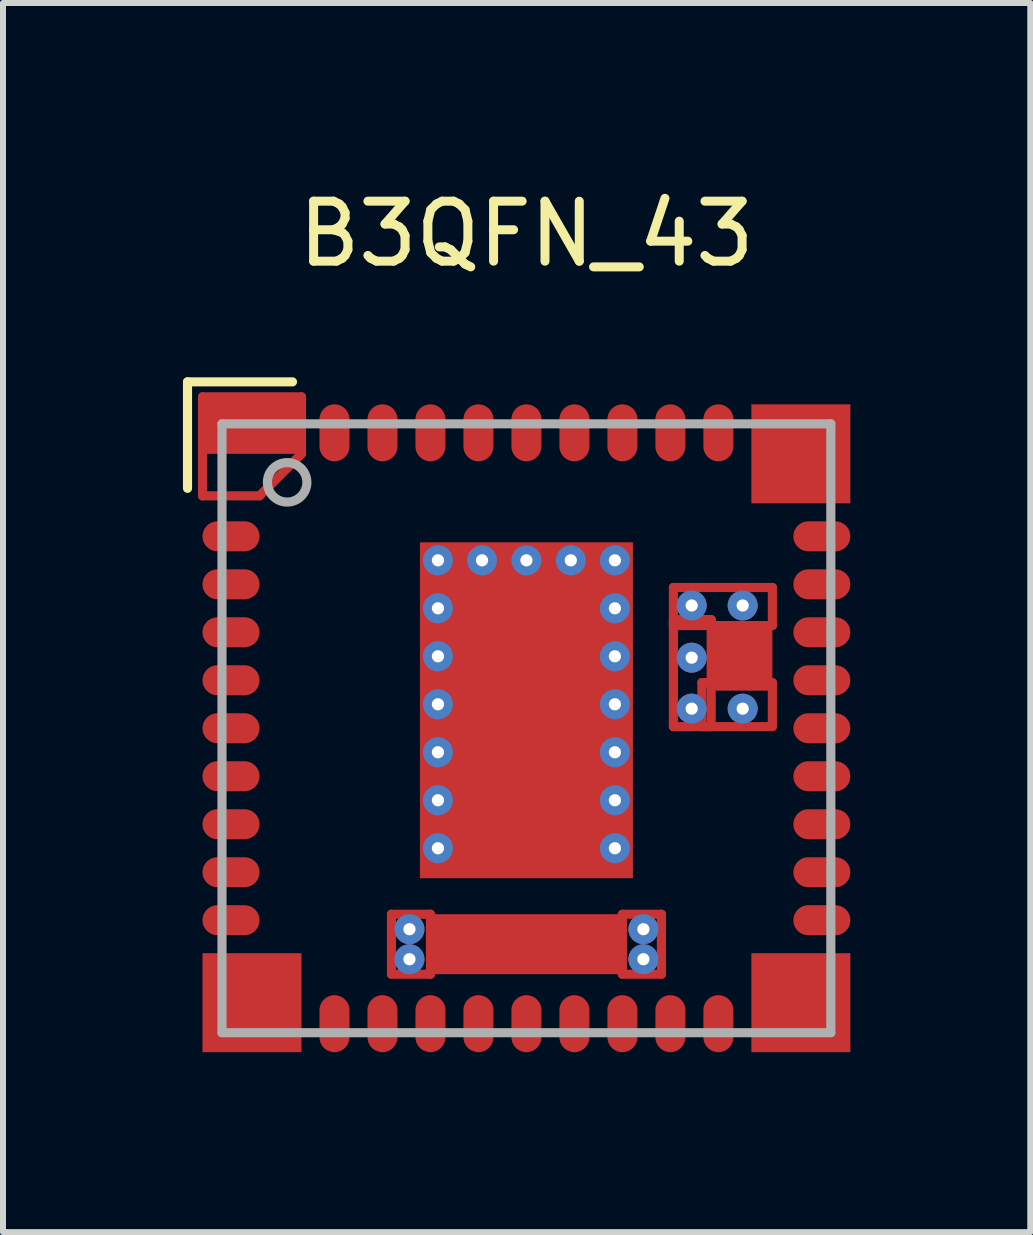
<source format=kicad_pcb>
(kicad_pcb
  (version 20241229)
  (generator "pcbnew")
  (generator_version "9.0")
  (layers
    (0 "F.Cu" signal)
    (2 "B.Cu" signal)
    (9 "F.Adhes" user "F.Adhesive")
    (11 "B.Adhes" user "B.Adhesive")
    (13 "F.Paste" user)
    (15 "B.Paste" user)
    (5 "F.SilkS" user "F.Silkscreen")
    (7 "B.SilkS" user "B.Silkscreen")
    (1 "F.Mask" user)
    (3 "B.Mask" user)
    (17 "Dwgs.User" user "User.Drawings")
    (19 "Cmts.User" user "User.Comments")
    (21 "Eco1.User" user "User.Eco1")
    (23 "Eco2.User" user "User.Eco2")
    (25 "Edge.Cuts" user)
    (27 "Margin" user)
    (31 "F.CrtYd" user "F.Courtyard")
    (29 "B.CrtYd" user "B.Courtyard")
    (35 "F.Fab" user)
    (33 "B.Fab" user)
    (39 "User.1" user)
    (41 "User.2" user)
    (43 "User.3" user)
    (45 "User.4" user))
  (footprint "B3QFN_43"
    (layer "F.Cu")
    (at 5.726 9.091)
    (property "Reference" "B3QFN_43" (at 0 -8.242 0) (layer "F.SilkS") (effects (font (size 1 1) (thickness 0.15))))
    (attr through_hole)
    (fp_line (start -5.4 -5.525) (end -3.75 -5.525) (stroke (width 0.152) (type solid)) (layer "F.Cu"))
    (fp_line (start -5.4 -3.875) (end -5.4 -5.525) (stroke (width 0.152) (type solid)) (layer "F.Cu"))
    (fp_line (start -4.45 -3.875) (end -5.4 -3.875) (stroke (width 0.152) (type solid)) (layer "F.Cu"))
    (fp_line (start -3.75 -5.525) (end -3.75 -4.575) (stroke (width 0.152) (type solid)) (layer "F.Cu"))
    (fp_line (start -3.75 -4.575) (end -4.45 -3.875) (stroke (width 0.152) (type solid)) (layer "F.Cu"))
    (fp_line (start -2.25 3.1) (end -2.25 4.1) (stroke (width 0.152) (type solid)) (layer "F.Cu"))
    (fp_line (start -2.25 4.1) (end -1.6 4.1) (stroke (width 0.152) (type solid)) (layer "F.Cu"))
    (fp_line (start -1.6 3.1) (end -2.25 3.1) (stroke (width 0.152) (type solid)) (layer "F.Cu"))
    (fp_line (start -1.6 4.1) (end -1.6 3.1) (stroke (width 0.152) (type solid)) (layer "F.Cu"))
    (fp_line (start 1.6 3.1) (end 1.6 4.1) (stroke (width 0.152) (type solid)) (layer "F.Cu"))
    (fp_line (start 1.6 4.1) (end 2.25 4.1) (stroke (width 0.152) (type solid)) (layer "F.Cu"))
    (fp_line (start 2.25 3.1) (end 1.6 3.1) (stroke (width 0.152) (type solid)) (layer "F.Cu"))
    (fp_line (start 2.25 4.1) (end 2.25 3.1) (stroke (width 0.152) (type solid)) (layer "F.Cu"))
    (fp_line (start 2.45 -2.347) (end 2.45 -1.712) (stroke (width 0.152) (type solid)) (layer "F.Cu"))
    (fp_line (start 2.45 -1.812) (end 2.45 -0.027) (stroke (width 0.152) (type solid)) (layer "F.Cu"))
    (fp_line (start 2.45 -1.712) (end 4.1 -1.712) (stroke (width 0.152) (type solid)) (layer "F.Cu"))
    (fp_line (start 2.45 -0.027) (end 3.08 -0.027) (stroke (width 0.152) (type solid)) (layer "F.Cu"))
    (fp_line (start 2.925 -0.762) (end 2.925 -0.027) (stroke (width 0.152) (type solid)) (layer "F.Cu"))
    (fp_line (start 2.925 -0.027) (end 4.1 -0.027) (stroke (width 0.152) (type solid)) (layer "F.Cu"))
    (fp_line (start 3.08 -1.812) (end 2.45 -1.812) (stroke (width 0.152) (type solid)) (layer "F.Cu"))
    (fp_line (start 3.08 -0.027) (end 3.08 -1.812) (stroke (width 0.152) (type solid)) (layer "F.Cu"))
    (fp_line (start 4.1 -2.347) (end 2.45 -2.347) (stroke (width 0.152) (type solid)) (layer "F.Cu"))
    (fp_line (start 4.1 -1.712) (end 4.1 -2.347) (stroke (width 0.152) (type solid)) (layer "F.Cu"))
    (fp_line (start 4.1 -0.762) (end 2.925 -0.762) (stroke (width 0.152) (type solid)) (layer "F.Cu"))
    (fp_line (start 4.1 -0.027) (end 4.1 -0.762) (stroke (width 0.152) (type solid)) (layer "F.Cu"))
    (fp_line (start -1.175 -2.5) (end -1.175 2.5) (stroke (width 0.152) (type solid)) (layer "F.Mask"))
    (fp_line (start -1.175 2.5) (end 1.175 2.5) (stroke (width 0.152) (type solid)) (layer "F.Mask"))
    (fp_line (start 1.175 -2.5) (end -1.175 -2.5) (stroke (width 0.152) (type solid)) (layer "F.Mask"))
    (fp_line (start 1.175 2.5) (end 1.175 -2.5) (stroke (width 0.152) (type solid)) (layer "F.Mask"))
    (fp_line (start -5.65 -5.775) (end -3.9 -5.775) (stroke (width 0.152) (type solid)) (layer "F.SilkS"))
    (fp_line (start -5.65 -4) (end -5.65 -5.775) (stroke (width 0.152) (type solid)) (layer "F.SilkS"))
    (fp_line (start -5.175 -5.175) (end -5.175 -5.175) (stroke (width 0.152) (type solid)) (layer "F.Paste"))
    (fp_line (start -5.175 -5.175) (end -5.175 -3.975) (stroke (width 0.152) (type solid)) (layer "F.Paste"))
    (fp_line (start -5.175 -3.975) (end -4.685 -3.975) (stroke (width 0.152) (type solid)) (layer "F.Paste"))
    (fp_line (start -4.685 -3.975) (end -3.975 -4.685) (stroke (width 0.152) (type solid)) (layer "F.Paste"))
    (fp_line (start -3.975 -5.175) (end -5.175 -5.175) (stroke (width 0.152) (type solid)) (layer "F.Paste"))
    (fp_line (start -3.975 -4.685) (end -3.975 -5.175) (stroke (width 0.152) (type solid)) (layer "F.Paste"))
    (fp_line (start -1.6 3.13) (end -1.6 4.06) (stroke (width 0.152) (type solid)) (layer "F.Paste"))
    (fp_line (start -1.6 4.06) (end -1.2 4.06) (stroke (width 0.152) (type solid)) (layer "F.Paste"))
    (fp_line (start -1.2 3.13) (end -1.6 3.13) (stroke (width 0.152) (type solid)) (layer "F.Paste"))
    (fp_line (start -1.2 4.06) (end -1.2 3.13) (stroke (width 0.152) (type solid)) (layer "F.Paste"))
    (fp_line (start -1.13 -2.46) (end -1.13 -1.89) (stroke (width 0.152) (type solid)) (layer "F.Paste"))
    (fp_line (start -1.13 -1.89) (end -0.15 -1.89) (stroke (width 0.152) (type solid)) (layer "F.Paste"))
    (fp_line (start -1.13 -1.59) (end -1.13 -1.02) (stroke (width 0.152) (type solid)) (layer "F.Paste"))
    (fp_line (start -1.13 -1.02) (end -0.15 -1.02) (stroke (width 0.152) (type solid)) (layer "F.Paste"))
    (fp_line (start -1.13 -0.72) (end -1.13 -0.15) (stroke (width 0.152) (type solid)) (layer "F.Paste"))
    (fp_line (start -1.13 -0.15) (end -0.15 -0.15) (stroke (width 0.152) (type solid)) (layer "F.Paste"))
    (fp_line (start -1.13 0.15) (end -1.13 0.72) (stroke (width 0.152) (type solid)) (layer "F.Paste"))
    (fp_line (start -1.13 0.72) (end -0.15 0.72) (stroke (width 0.152) (type solid)) (layer "F.Paste"))
    (fp_line (start -1.13 1.02) (end -1.13 1.59) (stroke (width 0.152) (type solid)) (layer "F.Paste"))
    (fp_line (start -1.13 1.59) (end -0.15 1.59) (stroke (width 0.152) (type solid)) (layer "F.Paste"))
    (fp_line (start -1.13 1.89) (end -1.13 2.46) (stroke (width 0.152) (type solid)) (layer "F.Paste"))
    (fp_line (start -1.13 2.46) (end -0.15 2.46) (stroke (width 0.152) (type solid)) (layer "F.Paste"))
    (fp_line (start -0.9 3.13) (end -0.9 4.06) (stroke (width 0.152) (type solid)) (layer "F.Paste"))
    (fp_line (start -0.9 4.06) (end -0.5 4.06) (stroke (width 0.152) (type solid)) (layer "F.Paste"))
    (fp_line (start -0.5 3.13) (end -0.9 3.13) (stroke (width 0.152) (type solid)) (layer "F.Paste"))
    (fp_line (start -0.5 4.06) (end -0.5 3.13) (stroke (width 0.152) (type solid)) (layer "F.Paste"))
    (fp_line (start -0.2 3.13) (end -0.2 4.06) (stroke (width 0.152) (type solid)) (layer "F.Paste"))
    (fp_line (start -0.2 4.06) (end 0.2 4.06) (stroke (width 0.152) (type solid)) (layer "F.Paste"))
    (fp_line (start -0.15 -2.46) (end -1.13 -2.46) (stroke (width 0.152) (type solid)) (layer "F.Paste"))
    (fp_line (start -0.15 -1.89) (end -0.15 -2.46) (stroke (width 0.152) (type solid)) (layer "F.Paste"))
    (fp_line (start -0.15 -1.59) (end -1.13 -1.59) (stroke (width 0.152) (type solid)) (layer "F.Paste"))
    (fp_line (start -0.15 -1.02) (end -0.15 -1.59) (stroke (width 0.152) (type solid)) (layer "F.Paste"))
    (fp_line (start -0.15 -0.72) (end -1.13 -0.72) (stroke (width 0.152) (type solid)) (layer "F.Paste"))
    (fp_line (start -0.15 -0.15) (end -0.15 -0.72) (stroke (width 0.152) (type solid)) (layer "F.Paste"))
    (fp_line (start -0.15 0.15) (end -1.13 0.15) (stroke (width 0.152) (type solid)) (layer "F.Paste"))
    (fp_line (start -0.15 0.72) (end -0.15 0.15) (stroke (width 0.152) (type solid)) (layer "F.Paste"))
    (fp_line (start -0.15 1.02) (end -1.13 1.02) (stroke (width 0.152) (type solid)) (layer "F.Paste"))
    (fp_line (start -0.15 1.59) (end -0.15 1.02) (stroke (width 0.152) (type solid)) (layer "F.Paste"))
    (fp_line (start -0.15 1.89) (end -1.13 1.89) (stroke (width 0.152) (type solid)) (layer "F.Paste"))
    (fp_line (start -0.15 2.46) (end -0.15 1.89) (stroke (width 0.152) (type solid)) (layer "F.Paste"))
    (fp_line (start 0.15 -2.46) (end 0.15 -1.89) (stroke (width 0.152) (type solid)) (layer "F.Paste"))
    (fp_line (start 0.15 -1.89) (end 1.13 -1.89) (stroke (width 0.152) (type solid)) (layer "F.Paste"))
    (fp_line (start 0.15 -1.59) (end 0.15 -1.02) (stroke (width 0.152) (type solid)) (layer "F.Paste"))
    (fp_line (start 0.15 -1.02) (end 1.13 -1.02) (stroke (width 0.152) (type solid)) (layer "F.Paste"))
    (fp_line (start 0.15 -0.72) (end 0.15 -0.15) (stroke (width 0.152) (type solid)) (layer "F.Paste"))
    (fp_line (start 0.15 -0.15) (end 1.13 -0.15) (stroke (width 0.152) (type solid)) (layer "F.Paste"))
    (fp_line (start 0.15 0.15) (end 0.15 0.72) (stroke (width 0.152) (type solid)) (layer "F.Paste"))
    (fp_line (start 0.15 0.72) (end 1.13 0.72) (stroke (width 0.152) (type solid)) (layer "F.Paste"))
    (fp_line (start 0.15 1.02) (end 0.15 1.59) (stroke (width 0.152) (type solid)) (layer "F.Paste"))
    (fp_line (start 0.15 1.59) (end 1.13 1.59) (stroke (width 0.152) (type solid)) (layer "F.Paste"))
    (fp_line (start 0.15 1.89) (end 0.15 2.46) (stroke (width 0.152) (type solid)) (layer "F.Paste"))
    (fp_line (start 0.15 2.46) (end 1.13 2.46) (stroke (width 0.152) (type solid)) (layer "F.Paste"))
    (fp_line (start 0.2 3.13) (end -0.2 3.13) (stroke (width 0.152) (type solid)) (layer "F.Paste"))
    (fp_line (start 0.2 4.06) (end 0.2 3.13) (stroke (width 0.152) (type solid)) (layer "F.Paste"))
    (fp_line (start 0.5 3.13) (end 0.5 4.06) (stroke (width 0.152) (type solid)) (layer "F.Paste"))
    (fp_line (start 0.5 4.06) (end 0.9 4.06) (stroke (width 0.152) (type solid)) (layer "F.Paste"))
    (fp_line (start 0.9 3.13) (end 0.5 3.13) (stroke (width 0.152) (type solid)) (layer "F.Paste"))
    (fp_line (start 0.9 4.06) (end 0.9 3.13) (stroke (width 0.152) (type solid)) (layer "F.Paste"))
    (fp_line (start 1.13 -2.46) (end 0.15 -2.46) (stroke (width 0.152) (type solid)) (layer "F.Paste"))
    (fp_line (start 1.13 -1.89) (end 1.13 -2.46) (stroke (width 0.152) (type solid)) (layer "F.Paste"))
    (fp_line (start 1.13 -1.59) (end 0.15 -1.59) (stroke (width 0.152) (type solid)) (layer "F.Paste"))
    (fp_line (start 1.13 -1.02) (end 1.13 -1.59) (stroke (width 0.152) (type solid)) (layer "F.Paste"))
    (fp_line (start 1.13 -0.72) (end 0.15 -0.72) (stroke (width 0.152) (type solid)) (layer "F.Paste"))
    (fp_line (start 1.13 -0.15) (end 1.13 -0.72) (stroke (width 0.152) (type solid)) (layer "F.Paste"))
    (fp_line (start 1.13 0.15) (end 0.15 0.15) (stroke (width 0.152) (type solid)) (layer "F.Paste"))
    (fp_line (start 1.13 0.72) (end 1.13 0.15) (stroke (width 0.152) (type solid)) (layer "F.Paste"))
    (fp_line (start 1.13 1.02) (end 0.15 1.02) (stroke (width 0.152) (type solid)) (layer "F.Paste"))
    (fp_line (start 1.13 1.59) (end 1.13 1.02) (stroke (width 0.152) (type solid)) (layer "F.Paste"))
    (fp_line (start 1.13 1.89) (end 0.15 1.89) (stroke (width 0.152) (type solid)) (layer "F.Paste"))
    (fp_line (start 1.13 2.46) (end 1.13 1.89) (stroke (width 0.152) (type solid)) (layer "F.Paste"))
    (fp_line (start 1.2 3.13) (end 1.2 4.06) (stroke (width 0.152) (type solid)) (layer "F.Paste"))
    (fp_line (start 1.2 4.06) (end 1.6 4.06) (stroke (width 0.152) (type solid)) (layer "F.Paste"))
    (fp_line (start 1.6 3.13) (end 1.2 3.13) (stroke (width 0.152) (type solid)) (layer "F.Paste"))
    (fp_line (start 1.6 4.06) (end 1.6 3.13) (stroke (width 0.152) (type solid)) (layer "F.Paste"))
    (fp_line (start 3.115 -1.707) (end 3.115 -0.657) (stroke (width 0.152) (type solid)) (layer "F.Paste"))
    (fp_line (start 3.115 -0.657) (end 3.425 -0.657) (stroke (width 0.152) (type solid)) (layer "F.Paste"))
    (fp_line (start 3.425 -1.707) (end 3.115 -1.707) (stroke (width 0.152) (type solid)) (layer "F.Paste"))
    (fp_line (start 3.425 -0.657) (end 3.425 -1.707) (stroke (width 0.152) (type solid)) (layer "F.Paste"))
    (fp_line (start 3.725 -1.707) (end 3.725 -0.657) (stroke (width 0.152) (type solid)) (layer "F.Paste"))
    (fp_line (start 3.725 -0.657) (end 4.035 -0.657) (stroke (width 0.152) (type solid)) (layer "F.Paste"))
    (fp_line (start 4.035 -1.707) (end 3.725 -1.707) (stroke (width 0.152) (type solid)) (layer "F.Paste"))
    (fp_line (start 4.035 -0.657) (end 4.035 -1.707) (stroke (width 0.152) (type solid)) (layer "F.Paste"))
    (fp_line (start -5.075 -5.075) (end 5.075 -5.075) (stroke (width 0.152) (type solid)) (layer "F.Fab"))
    (fp_line (start -5.075 5.075) (end -5.075 -5.075) (stroke (width 0.152) (type solid)) (layer "F.Fab"))
    (fp_line (start -5.075 5.075) (end 5.075 5.075) (stroke (width 0.152) (type solid)) (layer "F.Fab"))
    (fp_line (start 5.075 5.075) (end 5.075 -5.075) (stroke (width 0.152) (type solid)) (layer "F.Fab"))
    (fp_circle (center -3.989 -4.1) (end -3.66 -4.1) (stroke (width 0.152) (type solid)) (fill no) (layer "F.Fab"))
    (pad "1" smd rect (at -4.575 -5.05) (size 1.65 0.95) (layers "F.Cu" "F.Mask" "F.Paste"))
    (pad "2" smd oval (at -4.925 -3.2) (size 0.95 0.5) (layers "F.Cu" "F.Mask" "F.Paste"))
    (pad "3" smd oval (at -4.925 -2.4) (size 0.95 0.5) (layers "F.Cu" "F.Mask" "F.Paste"))
    (pad "4" smd oval (at -4.925 -1.6) (size 0.95 0.5) (layers "F.Cu" "F.Mask" "F.Paste"))
    (pad "5" smd oval (at -4.925 -0.8) (size 0.95 0.5) (layers "F.Cu" "F.Mask" "F.Paste"))
    (pad "6" smd oval (at -4.925 0) (size 0.95 0.5) (layers "F.Cu" "F.Mask" "F.Paste"))
    (pad "7" smd oval (at -4.925 0.8) (size 0.95 0.5) (layers "F.Cu" "F.Mask" "F.Paste"))
    (pad "8" smd oval (at -4.925 1.6) (size 0.95 0.5) (layers "F.Cu" "F.Mask" "F.Paste"))
    (pad "9" smd oval (at -4.925 2.4) (size 0.95 0.5) (layers "F.Cu" "F.Mask" "F.Paste"))
    (pad "10" smd oval (at -4.925 3.2) (size 0.95 0.5) (layers "F.Cu" "F.Mask" "F.Paste"))
    (pad "11" smd rect (at -4.575 4.575) (size 1.65 1.65) (layers "F.Cu" "F.Mask" "F.Paste"))
    (pad "12" smd oval (at -3.2 4.925 90) (size 0.95 0.5) (layers "F.Cu" "F.Mask" "F.Paste"))
    (pad "13" smd oval (at -2.4 4.925 90) (size 0.95 0.5) (layers "F.Cu" "F.Mask" "F.Paste"))
    (pad "14" smd oval (at -1.6 4.925 90) (size 0.95 0.5) (layers "F.Cu" "F.Mask" "F.Paste"))
    (pad "15" smd oval (at -0.8 4.925 90) (size 0.95 0.5) (layers "F.Cu" "F.Mask" "F.Paste"))
    (pad "16" smd oval (at 0 4.925 90) (size 0.95 0.5) (layers "F.Cu" "F.Mask" "F.Paste"))
    (pad "17" smd oval (at 0.8 4.925 90) (size 0.95 0.5) (layers "F.Cu" "F.Mask" "F.Paste"))
    (pad "18" smd oval (at 1.6 4.925 90) (size 0.95 0.5) (layers "F.Cu" "F.Mask" "F.Paste"))
    (pad "19" smd oval (at 2.4 4.925 90) (size 0.95 0.5) (layers "F.Cu" "F.Mask" "F.Paste"))
    (pad "20" smd oval (at 3.2 4.925 90) (size 0.95 0.5) (layers "F.Cu" "F.Mask" "F.Paste"))
    (pad "21" smd rect (at 4.575 4.575) (size 1.65 1.65) (layers "F.Cu" "F.Mask" "F.Paste"))
    (pad "22" smd oval (at 4.925 3.2) (size 0.95 0.5) (layers "F.Cu" "F.Mask" "F.Paste"))
    (pad "23" smd oval (at 4.925 2.4) (size 0.95 0.5) (layers "F.Cu" "F.Mask" "F.Paste"))
    (pad "24" smd oval (at 4.925 1.6) (size 0.95 0.5) (layers "F.Cu" "F.Mask" "F.Paste"))
    (pad "25" smd oval (at 4.925 0.8) (size 0.95 0.5) (layers "F.Cu" "F.Mask" "F.Paste"))
    (pad "26" smd oval (at 4.925 0) (size 0.95 0.5) (layers "F.Cu" "F.Mask" "F.Paste"))
    (pad "27" smd oval (at 4.925 -0.8) (size 0.95 0.5) (layers "F.Cu" "F.Mask" "F.Paste"))
    (pad "28" smd oval (at 4.925 -1.6) (size 0.95 0.5) (layers "F.Cu" "F.Mask" "F.Paste"))
    (pad "29" smd oval (at 4.925 -2.4) (size 0.95 0.5) (layers "F.Cu" "F.Mask" "F.Paste"))
    (pad "30" smd oval (at 4.925 -3.2) (size 0.95 0.5) (layers "F.Cu" "F.Mask" "F.Paste"))
    (pad "31" smd rect (at 4.575 -4.575) (size 1.65 1.65) (layers "F.Cu" "F.Mask" "F.Paste"))
    (pad "32" smd oval (at 3.2 -4.925 90) (size 0.95 0.5) (layers "F.Cu" "F.Mask" "F.Paste"))
    (pad "33" smd oval (at 2.4 -4.925 90) (size 0.95 0.5) (layers "F.Cu" "F.Mask" "F.Paste"))
    (pad "34" smd oval (at 1.6 -4.925 90) (size 0.95 0.5) (layers "F.Cu" "F.Mask" "F.Paste"))
    (pad "35" smd oval (at 0.8 -4.925 90) (size 0.95 0.5) (layers "F.Cu" "F.Mask" "F.Paste"))
    (pad "36" smd oval (at 0 -4.925 90) (size 0.95 0.5) (layers "F.Cu" "F.Mask" "F.Paste"))
    (pad "37" smd oval (at -0.8 -4.925 90) (size 0.95 0.5) (layers "F.Cu" "F.Mask" "F.Paste"))
    (pad "38" smd oval (at -1.6 -4.925 90) (size 0.95 0.5) (layers "F.Cu" "F.Mask" "F.Paste"))
    (pad "39" smd oval (at -2.4 -4.925 90) (size 0.95 0.5) (layers "F.Cu" "F.Mask" "F.Paste"))
    (pad "40" smd oval (at -3.2 -4.925 90) (size 0.95 0.5) (layers "F.Cu" "F.Mask" "F.Paste"))
    (pad "41" smd rect (at 0 -0.3) (size 3.55 5.6) (layers "F.Cu" "F.Mask" "F.Paste"))
    (pad "42" smd rect (at 3.575 -1.187) (size 1.05 1.12) (layers "F.Cu" "F.Mask" "F.Paste"))
    (pad "43" smd rect (at 0 3.6) (size 3.3 1) (layers "F.Cu" "F.Mask" "F.Paste"))
    (pad "V" thru_hole circle (at -1.95 3.35) (size 0.5 0.5) (drill 0.203) (layers "*.Cu" "*.Mask"))
    (pad "V" thru_hole circle (at -1.95 3.85) (size 0.5 0.5) (drill 0.203) (layers "*.Cu" "*.Mask"))
    (pad "V" thru_hole circle (at -1.475 -2.8) (size 0.5 0.5) (drill 0.203) (layers "*.Cu" "*.Mask"))
    (pad "V" thru_hole circle (at -1.475 -2) (size 0.5 0.5) (drill 0.203) (layers "*.Cu" "*.Mask"))
    (pad "V" thru_hole circle (at -1.475 -1.2) (size 0.5 0.5) (drill 0.203) (layers "*.Cu" "*.Mask"))
    (pad "V" thru_hole circle (at -1.475 -0.4) (size 0.5 0.5) (drill 0.203) (layers "*.Cu" "*.Mask"))
    (pad "V" thru_hole circle (at -1.475 0.4) (size 0.5 0.5) (drill 0.203) (layers "*.Cu" "*.Mask"))
    (pad "V" thru_hole circle (at -1.475 1.2) (size 0.5 0.5) (drill 0.203) (layers "*.Cu" "*.Mask"))
    (pad "V" thru_hole circle (at -1.475 2) (size 0.5 0.5) (drill 0.203) (layers "*.Cu" "*.Mask"))
    (pad "V" thru_hole circle (at -0.74 -2.8) (size 0.5 0.5) (drill 0.203) (layers "*.Cu" "*.Mask"))
    (pad "V" thru_hole circle (at 0 -2.8) (size 0.5 0.5) (drill 0.203) (layers "*.Cu" "*.Mask"))
    (pad "V" thru_hole circle (at 0.74 -2.8) (size 0.5 0.5) (drill 0.203) (layers "*.Cu" "*.Mask"))
    (pad "V" thru_hole circle (at 1.475 -2.8) (size 0.5 0.5) (drill 0.203) (layers "*.Cu" "*.Mask"))
    (pad "V" thru_hole circle (at 1.475 -2) (size 0.5 0.5) (drill 0.203) (layers "*.Cu" "*.Mask"))
    (pad "V" thru_hole circle (at 1.475 -1.2) (size 0.5 0.5) (drill 0.203) (layers "*.Cu" "*.Mask"))
    (pad "V" thru_hole circle (at 1.475 -0.4) (size 0.5 0.5) (drill 0.203) (layers "*.Cu" "*.Mask"))
    (pad "V" thru_hole circle (at 1.475 0.4) (size 0.5 0.5) (drill 0.203) (layers "*.Cu" "*.Mask"))
    (pad "V" thru_hole circle (at 1.475 1.2) (size 0.5 0.5) (drill 0.203) (layers "*.Cu" "*.Mask"))
    (pad "V" thru_hole circle (at 1.475 2) (size 0.5 0.5) (drill 0.203) (layers "*.Cu" "*.Mask"))
    (pad "V" thru_hole circle (at 1.95 3.35) (size 0.5 0.5) (drill 0.203) (layers "*.Cu" "*.Mask"))
    (pad "V" thru_hole circle (at 1.95 3.85) (size 0.5 0.5) (drill 0.203) (layers "*.Cu" "*.Mask"))
    (pad "V" thru_hole circle (at 2.755 -2.047) (size 0.5 0.5) (drill 0.203) (layers "*.Cu" "*.Mask"))
    (pad "V" thru_hole circle (at 2.755 -1.177) (size 0.5 0.5) (drill 0.203) (layers "*.Cu" "*.Mask"))
    (pad "V" thru_hole circle (at 2.755 -0.327) (size 0.5 0.5) (drill 0.203) (layers "*.Cu" "*.Mask"))
    (pad "V" thru_hole circle (at 3.605 -2.047) (size 0.5 0.5) (drill 0.203) (layers "*.Cu" "*.Mask"))
    (pad "V" thru_hole circle (at 3.605 -0.327) (size 0.5 0.5) (drill 0.203) (layers "*.Cu" "*.Mask")))
  (gr_rect
    (start -3 -3)
    (end 14.126 17.491)
    (stroke (width 0.1) (type default))
    (fill no)
    (layer "Edge.Cuts")))
</source>
